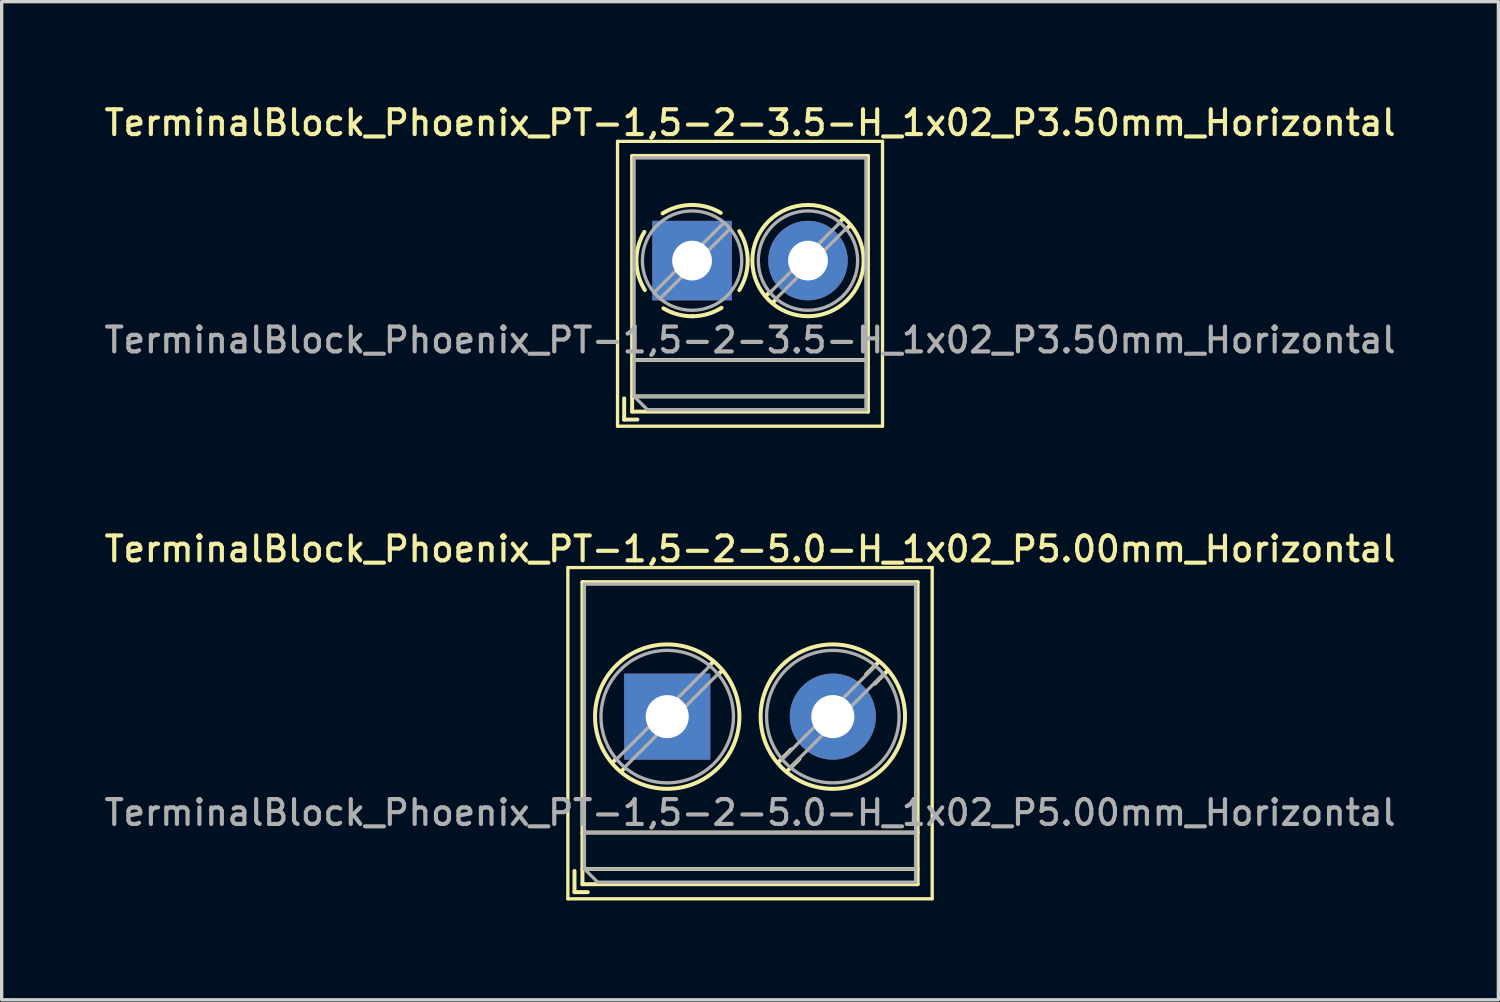
<source format=kicad_pcb>
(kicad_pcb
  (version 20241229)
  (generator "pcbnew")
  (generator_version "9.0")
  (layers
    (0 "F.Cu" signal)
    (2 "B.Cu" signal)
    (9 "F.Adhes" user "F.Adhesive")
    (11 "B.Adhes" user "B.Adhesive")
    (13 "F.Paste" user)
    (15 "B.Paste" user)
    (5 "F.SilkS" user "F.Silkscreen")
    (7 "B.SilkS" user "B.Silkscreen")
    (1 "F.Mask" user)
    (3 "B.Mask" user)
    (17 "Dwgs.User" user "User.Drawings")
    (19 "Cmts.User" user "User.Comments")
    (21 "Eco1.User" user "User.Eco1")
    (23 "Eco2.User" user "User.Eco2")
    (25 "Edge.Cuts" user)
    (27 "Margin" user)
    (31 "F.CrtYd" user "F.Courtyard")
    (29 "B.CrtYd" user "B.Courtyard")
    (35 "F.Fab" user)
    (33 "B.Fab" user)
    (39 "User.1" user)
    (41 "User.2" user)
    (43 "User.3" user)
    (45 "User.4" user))
  (footprint "TerminalBlock_Phoenix_PT-1,5-2-3.5-H_1x02_P3.50mm_Horizontal"
    (layer "F.Cu")
    (at 17.845 4.818)
    (property "Reference" "TerminalBlock_Phoenix_PT-1,5-2-3.5-H_1x02_P3.50mm_Horizontal" (at 1.75 -4.16 0) (layer "F.SilkS") (effects (font (size 0.75 0.75) (thickness 0.125))))
    (attr through_hole)
    (fp_line (start -2.25 -3.6) (end -2.25 5) (stroke (width 0.1) (type solid)) (layer "F.SilkS"))
    (fp_line (start -2.25 5) (end 5.75 5) (stroke (width 0.1) (type solid)) (layer "F.SilkS"))
    (fp_line (start -2.05 4.16) (end -2.05 4.8) (stroke (width 0.12) (type solid)) (layer "F.SilkS"))
    (fp_line (start -2.05 4.8) (end -1.65 4.8) (stroke (width 0.12) (type solid)) (layer "F.SilkS"))
    (fp_line (start -1.81 -3.16) (end -1.81 4.56) (stroke (width 0.12) (type solid)) (layer "F.SilkS"))
    (fp_line (start -1.81 -3.16) (end 5.31 -3.16) (stroke (width 0.12) (type solid)) (layer "F.SilkS"))
    (fp_line (start -1.81 3) (end 5.31 3) (stroke (width 0.12) (type solid)) (layer "F.SilkS"))
    (fp_line (start -1.81 4.1) (end 5.31 4.1) (stroke (width 0.12) (type solid)) (layer "F.SilkS"))
    (fp_line (start -1.81 4.56) (end 5.31 4.56) (stroke (width 0.12) (type solid)) (layer "F.SilkS"))
    (fp_line (start 2.355 0.941) (end 2.226 1.069) (stroke (width 0.12) (type solid)) (layer "F.SilkS"))
    (fp_line (start 2.525 1.181) (end 2.431 1.274) (stroke (width 0.12) (type solid)) (layer "F.SilkS"))
    (fp_line (start 4.57 -1.275) (end 4.476 -1.181) (stroke (width 0.12) (type solid)) (layer "F.SilkS"))
    (fp_line (start 4.775 -1.069) (end 4.646 -0.941) (stroke (width 0.12) (type solid)) (layer "F.SilkS"))
    (fp_line (start 5.31 -3.16) (end 5.31 4.56) (stroke (width 0.12) (type solid)) (layer "F.SilkS"))
    (fp_line (start 5.75 -3.6) (end -2.25 -3.6) (stroke (width 0.1) (type solid)) (layer "F.SilkS"))
    (fp_line (start 5.75 5) (end 5.75 -3.6) (stroke (width 0.1) (type solid)) (layer "F.SilkS"))
    (fp_arc (start -1.425358 0.889894) (mid -1.680286 0.014012) (end -1.44 -0.866) (stroke (width 0.12) (type solid)) (layer "F.SilkS"))
    (fp_arc (start -0.889894 -1.425358) (mid -0.014012 -1.680286) (end 0.866 -1.44) (stroke (width 0.12) (type solid)) (layer "F.SilkS"))
    (fp_arc (start 0.028674 1.680099) (mid -0.435535 1.622918) (end -0.866 1.44) (stroke (width 0.12) (type solid)) (layer "F.SilkS"))
    (fp_arc (start 0.890264 1.424721) (mid 0.463071 1.61492) (end 0 1.68) (stroke (width 0.12) (type solid)) (layer "F.SilkS"))
    (fp_arc (start 1.425504 -0.890193) (mid 1.680626 0.000476) (end 1.425 0.891) (stroke (width 0.12) (type solid)) (layer "F.SilkS"))
    (fp_circle (center 3.5 0) (end 5.18 0) (stroke (width 0.12) (type solid)) (fill no) (layer "F.SilkS"))
    (fp_line (start -1.75 -3.1) (end 5.25 -3.1) (stroke (width 0.1) (type solid)) (layer "F.Fab"))
    (fp_line (start -1.75 3) (end 5.25 3) (stroke (width 0.1) (type solid)) (layer "F.Fab"))
    (fp_line (start -1.75 4.1) (end -1.75 -3.1) (stroke (width 0.1) (type solid)) (layer "F.Fab"))
    (fp_line (start -1.75 4.1) (end 5.25 4.1) (stroke (width 0.1) (type solid)) (layer "F.Fab"))
    (fp_line (start -1.35 4.5) (end -1.75 4.1) (stroke (width 0.1) (type solid)) (layer "F.Fab"))
    (fp_line (start 0.955 -1.138) (end -1.138 0.955) (stroke (width 0.1) (type solid)) (layer "F.Fab"))
    (fp_line (start 1.138 -0.955) (end -0.955 1.138) (stroke (width 0.1) (type solid)) (layer "F.Fab"))
    (fp_line (start 4.455 -1.138) (end 2.363 0.955) (stroke (width 0.1) (type solid)) (layer "F.Fab"))
    (fp_line (start 4.638 -0.955) (end 2.546 1.138) (stroke (width 0.1) (type solid)) (layer "F.Fab"))
    (fp_line (start 5.25 -3.1) (end 5.25 4.5) (stroke (width 0.1) (type solid)) (layer "F.Fab"))
    (fp_line (start 5.25 4.5) (end -1.35 4.5) (stroke (width 0.1) (type solid)) (layer "F.Fab"))
    (fp_circle (center 0 0) (end 1.5 0) (stroke (width 0.1) (type solid)) (fill no) (layer "F.Fab"))
    (fp_circle (center 3.5 0) (end 5 0) (stroke (width 0.1) (type solid)) (fill no) (layer "F.Fab"))
    (fp_text user "${REFERENCE}" (at 1.75 2.4 0) (layer "F.Fab") (effects (font (size 0.75 0.75) (thickness 0.125))))
    (pad "1" thru_hole rect (at 0 0) (size 2.4 2.4) (drill 1.2) (layers "*.Cu" "*.Mask"))
    (pad "2" thru_hole circle (at 3.5 0) (size 2.4 2.4) (drill 1.2) (layers "*.Cu" "*.Mask")))
  (footprint "TerminalBlock_Phoenix_PT-1,5-2-5.0-H_1x02_P5.00mm_Horizontal"
    (layer "F.Cu")
    (at 17.095 18.586)
    (property "Reference" "TerminalBlock_Phoenix_PT-1,5-2-5.0-H_1x02_P5.00mm_Horizontal" (at 2.5 -5.06 0) (layer "F.SilkS") (effects (font (size 0.75 0.75) (thickness 0.125))))
    (attr through_hole)
    (fp_line (start -3 -4.5) (end -3 5.5) (stroke (width 0.1) (type solid)) (layer "F.SilkS"))
    (fp_line (start -3 5.5) (end 8 5.5) (stroke (width 0.1) (type solid)) (layer "F.SilkS"))
    (fp_line (start -2.8 4.66) (end -2.8 5.3) (stroke (width 0.12) (type solid)) (layer "F.SilkS"))
    (fp_line (start -2.8 5.3) (end -2.4 5.3) (stroke (width 0.12) (type solid)) (layer "F.SilkS"))
    (fp_line (start -2.56 -4.06) (end -2.56 5.06) (stroke (width 0.12) (type solid)) (layer "F.SilkS"))
    (fp_line (start -2.56 -4.06) (end 7.56 -4.06) (stroke (width 0.12) (type solid)) (layer "F.SilkS"))
    (fp_line (start -2.56 3.5) (end 7.56 3.5) (stroke (width 0.12) (type solid)) (layer "F.SilkS"))
    (fp_line (start -2.56 4.6) (end 7.56 4.6) (stroke (width 0.12) (type solid)) (layer "F.SilkS"))
    (fp_line (start -2.56 5.06) (end 7.56 5.06) (stroke (width 0.12) (type solid)) (layer "F.SilkS"))
    (fp_line (start -1.548 1.281) (end -1.654 1.388) (stroke (width 0.12) (type solid)) (layer "F.SilkS"))
    (fp_line (start -1.282 1.547) (end -1.388 1.654) (stroke (width 0.12) (type solid)) (layer "F.SilkS"))
    (fp_line (start 1.388 -1.654) (end 1.281 -1.547) (stroke (width 0.12) (type solid)) (layer "F.SilkS"))
    (fp_line (start 1.654 -1.388) (end 1.547 -1.281) (stroke (width 0.12) (type solid)) (layer "F.SilkS"))
    (fp_line (start 3.742 0.992) (end 3.347 1.388) (stroke (width 0.12) (type solid)) (layer "F.SilkS"))
    (fp_line (start 3.993 1.274) (end 3.613 1.654) (stroke (width 0.12) (type solid)) (layer "F.SilkS"))
    (fp_line (start 6.388 -1.654) (end 6.008 -1.274) (stroke (width 0.12) (type solid)) (layer "F.SilkS"))
    (fp_line (start 6.654 -1.388) (end 6.259 -0.992) (stroke (width 0.12) (type solid)) (layer "F.SilkS"))
    (fp_line (start 7.56 -4.06) (end 7.56 5.06) (stroke (width 0.12) (type solid)) (layer "F.SilkS"))
    (fp_line (start 8 -4.5) (end -3 -4.5) (stroke (width 0.1) (type solid)) (layer "F.SilkS"))
    (fp_line (start 8 5.5) (end 8 -4.5) (stroke (width 0.1) (type solid)) (layer "F.SilkS"))
    (fp_circle (center 0 0) (end 2.18 0) (stroke (width 0.12) (type solid)) (fill no) (layer "F.SilkS"))
    (fp_circle (center 5 0) (end 7.18 0) (stroke (width 0.12) (type solid)) (fill no) (layer "F.SilkS"))
    (fp_line (start -2.5 -4) (end 7.5 -4) (stroke (width 0.1) (type solid)) (layer "F.Fab"))
    (fp_line (start -2.5 3.5) (end 7.5 3.5) (stroke (width 0.1) (type solid)) (layer "F.Fab"))
    (fp_line (start -2.5 4.6) (end -2.5 -4) (stroke (width 0.1) (type solid)) (layer "F.Fab"))
    (fp_line (start -2.5 4.6) (end 7.5 4.6) (stroke (width 0.1) (type solid)) (layer "F.Fab"))
    (fp_line (start -2.1 5) (end -2.5 4.6) (stroke (width 0.1) (type solid)) (layer "F.Fab"))
    (fp_line (start 1.273 -1.517) (end -1.517 1.273) (stroke (width 0.1) (type solid)) (layer "F.Fab"))
    (fp_line (start 1.517 -1.273) (end -1.273 1.517) (stroke (width 0.1) (type solid)) (layer "F.Fab"))
    (fp_line (start 6.273 -1.517) (end 3.484 1.273) (stroke (width 0.1) (type solid)) (layer "F.Fab"))
    (fp_line (start 6.517 -1.273) (end 3.728 1.517) (stroke (width 0.1) (type solid)) (layer "F.Fab"))
    (fp_line (start 7.5 -4) (end 7.5 5) (stroke (width 0.1) (type solid)) (layer "F.Fab"))
    (fp_line (start 7.5 5) (end -2.1 5) (stroke (width 0.1) (type solid)) (layer "F.Fab"))
    (fp_circle (center 0 0) (end 2 0) (stroke (width 0.1) (type solid)) (fill no) (layer "F.Fab"))
    (fp_circle (center 5 0) (end 7 0) (stroke (width 0.1) (type solid)) (fill no) (layer "F.Fab"))
    (fp_text user "${REFERENCE}" (at 2.5 2.9 0) (layer "F.Fab") (effects (font (size 0.75 0.75) (thickness 0.125))))
    (pad "1" thru_hole rect (at 0 0) (size 2.6 2.6) (drill 1.3) (layers "*.Cu" "*.Mask"))
    (pad "2" thru_hole circle (at 5 0) (size 2.6 2.6) (drill 1.3) (layers "*.Cu" "*.Mask")))
  (gr_rect
    (start -3 -3)
    (end 42.189 27.136)
    (stroke (width 0.1) (type default))
    (fill no)
    (layer "Edge.Cuts")))
</source>
